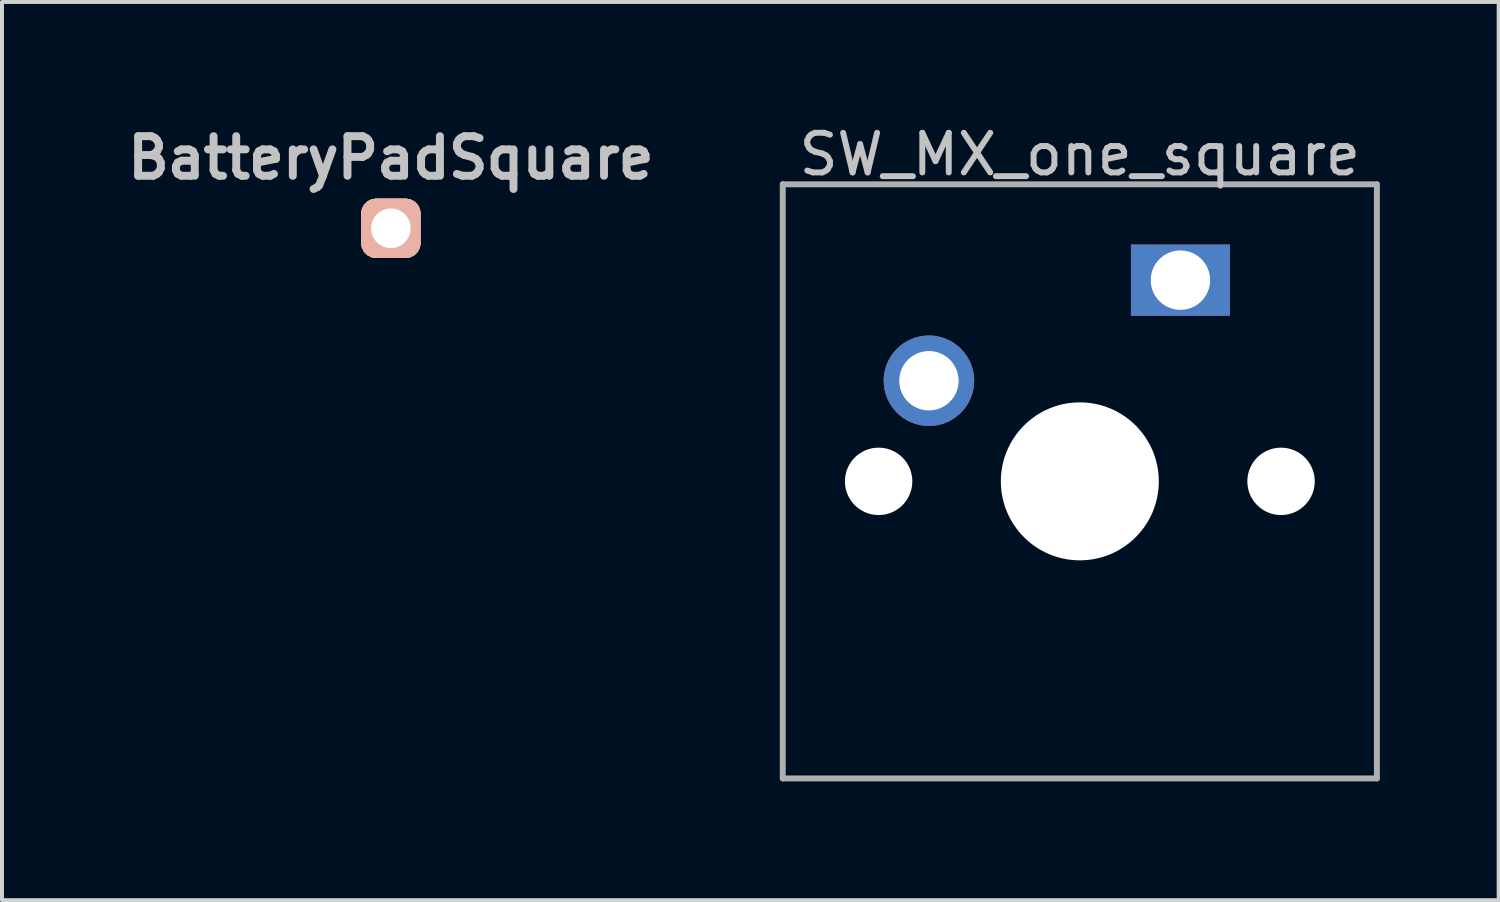
<source format=kicad_pcb>
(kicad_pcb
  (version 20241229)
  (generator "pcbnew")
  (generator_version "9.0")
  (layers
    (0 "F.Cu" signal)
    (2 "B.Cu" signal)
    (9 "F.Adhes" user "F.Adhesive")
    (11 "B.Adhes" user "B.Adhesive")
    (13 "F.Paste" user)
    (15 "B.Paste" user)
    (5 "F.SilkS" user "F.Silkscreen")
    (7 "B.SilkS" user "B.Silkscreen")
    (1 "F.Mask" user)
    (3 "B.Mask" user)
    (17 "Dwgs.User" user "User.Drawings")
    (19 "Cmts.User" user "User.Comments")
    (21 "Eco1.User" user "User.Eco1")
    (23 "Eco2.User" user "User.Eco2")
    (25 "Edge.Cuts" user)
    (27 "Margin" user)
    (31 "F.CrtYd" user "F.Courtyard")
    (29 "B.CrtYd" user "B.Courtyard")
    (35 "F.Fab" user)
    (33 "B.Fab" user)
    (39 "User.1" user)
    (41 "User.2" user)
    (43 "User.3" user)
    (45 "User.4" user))
  (footprint "SW_MX_one_square"
    (layer "F.Cu")
    (at 24.213 9.103)
    (property "Reference" "SW_MX_one_square" (at 0 -8.255 0) (layer "Dwgs.User") (effects (font (size 1 1) (thickness 0.15))))
    (attr through_hole)
    (fp_line (start -6.9 6.9) (end -6.9 -6.9) (stroke (width 0.15) (type solid)) (layer "Eco2.User"))
    (fp_line (start -6.9 6.9) (end 6.9 6.9) (stroke (width 0.15) (type solid)) (layer "Eco2.User"))
    (fp_line (start 6.9 -6.9) (end -6.9 -6.9) (stroke (width 0.15) (type solid)) (layer "Eco2.User"))
    (fp_line (start 6.9 -6.9) (end 6.9 6.9) (stroke (width 0.15) (type solid)) (layer "Eco2.User"))
    (fp_line (start -7.5 -7.5) (end 7.5 -7.5) (stroke (width 0.15) (type solid)) (layer "F.Fab"))
    (fp_line (start -7.5 7.5) (end -7.5 -7.5) (stroke (width 0.15) (type solid)) (layer "F.Fab"))
    (fp_line (start 7.5 -7.5) (end 7.5 7.5) (stroke (width 0.15) (type solid)) (layer "F.Fab"))
    (fp_line (start 7.5 7.5) (end -7.5 7.5) (stroke (width 0.15) (type solid)) (layer "F.Fab"))
    (pad "" np_thru_hole circle (at -5.08 0) (size 1.702 1.702) (drill 1.702) (layers "*.Cu" "*.Mask"))
    (pad "" np_thru_hole circle (at 0 0) (size 3.988 3.988) (drill 3.988) (layers "*.Cu" "*.Mask"))
    (pad "" np_thru_hole circle (at 5.08 0) (size 1.702 1.702) (drill 1.702) (layers "*.Cu" "*.Mask"))
    (pad "1" thru_hole rect (at 2.54 -5.08) (size 2.5 1.8) (drill 1.5) (layers "*.Cu" "*.Mask"))
    (pad "2" thru_hole circle (at -3.81 -2.54) (size 2.286 2.286) (drill 1.499) (layers "*.Cu" "*.Mask")))
  (footprint "BatteryPadSquare"
    (layer "F.Cu")
    (at 6.819 2.714)
    (property "Reference" "BatteryPadSquare" (at 0 -1.778 0) (layer "Dwgs.User") (effects (font (size 1 1) (thickness 0.2))))
    (attr through_hole)
    (pad "1" thru_hole roundrect (at 0 0 270) (size 1.5 1.5) (drill 1) (layers "*.Cu" "*.SilkS" "*.Mask") (roundrect_rratio 0.25)))
  (gr_rect
    (start -3 -3)
    (end 34.788 19.678)
    (stroke (width 0.1) (type default))
    (fill no)
    (layer "Edge.Cuts")))
</source>
